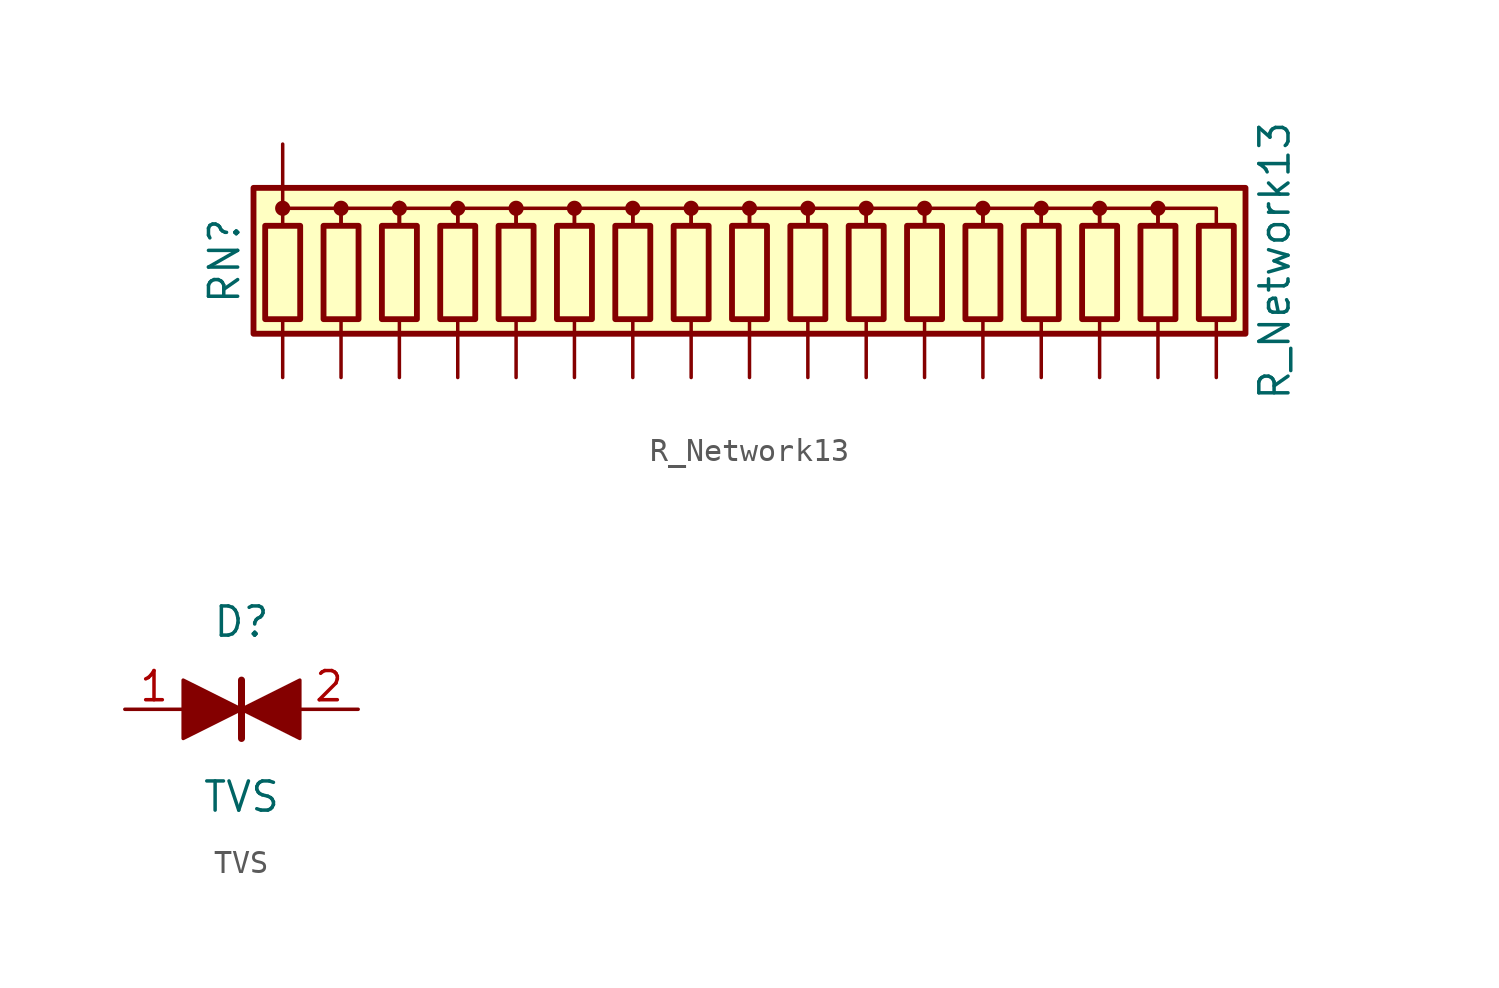
<source format=kicad_sym>
(kicad_symbol_lib
  (version 20241209)
  (generator "kicad_symbol_editor")
  (generator_version "9.0")
  (symbol "R_Network13"
    (pin_numbers
      (hide yes))
    (pin_names
      (offset 0)
      (hide yes))
    (property "Reference" "RN"
      (at -22.86 0 90)
      (effects (font (size 1.27 1.27))))
    (property "Value" "R_Network13"
      (at 22.86 0 90)
      (effects (font (size 1.27 1.27))))
    (symbol "R_Network13_0_1"
      (rectangle (start -21.59 -3.175) (end 21.59 3.175) (stroke (width 0.254) (type solid)) (fill (type background)))
      (rectangle (start -21.082 1.524) (end -19.558 -2.54) (stroke (width 0.254) (type solid)) (fill (type none)))
      (circle (center -20.32 2.286) (radius 0.254) (stroke (width 0) (type solid)) (fill (type outline)))
      (polyline (pts (xy -20.32 1.524) (xy -20.32 2.286) (xy -17.78 2.286) (xy -17.78 1.524)) (stroke (width 0) (type solid)) (fill (type none)))
      (rectangle (start -18.542 1.524) (end -17.018 -2.54) (stroke (width 0.254) (type solid)) (fill (type none)))
      (circle (center -17.78 2.286) (radius 0.254) (stroke (width 0) (type solid)) (fill (type outline)))
      (polyline (pts (xy -17.78 1.524) (xy -17.78 2.286) (xy -15.24 2.286) (xy -15.24 1.524)) (stroke (width 0) (type solid)) (fill (type none)))
      (rectangle (start -16.002 1.524) (end -14.478 -2.54) (stroke (width 0.254) (type solid)) (fill (type none)))
      (polyline (pts (xy -15.24 2.54) (xy -15.24 1.524)) (stroke (width 0) (type solid)) (fill (type none)))
      (circle (center -15.24 2.286) (radius 0.254) (stroke (width 0) (type solid)) (fill (type outline)))
      (polyline (pts (xy -15.24 1.524) (xy -15.24 2.286) (xy -12.7 2.286) (xy -12.7 1.524)) (stroke (width 0) (type solid)) (fill (type none)))
      (rectangle (start -13.462 1.524) (end -11.938 -2.54) (stroke (width 0.254) (type solid)) (fill (type none)))
      (circle (center -12.7 2.286) (radius 0.254) (stroke (width 0) (type solid)) (fill (type outline)))
      (polyline (pts (xy -12.7 1.524) (xy -12.7 2.286) (xy -10.16 2.286) (xy -10.16 1.524)) (stroke (width 0) (type solid)) (fill (type none)))
      (rectangle (start -10.922 1.524) (end -9.398 -2.54) (stroke (width 0.254) (type solid)) (fill (type none)))
      (circle (center -10.16 2.286) (radius 0.254) (stroke (width 0) (type solid)) (fill (type outline)))
      (polyline (pts (xy -10.16 1.524) (xy -10.16 2.286) (xy -7.62 2.286) (xy -7.62 1.524)) (stroke (width 0) (type solid)) (fill (type none)))
      (rectangle (start -8.382 1.524) (end -6.858 -2.54) (stroke (width 0.254) (type solid)) (fill (type none)))
      (circle (center -7.62 2.286) (radius 0.254) (stroke (width 0) (type solid)) (fill (type outline)))
      (polyline (pts (xy -7.62 1.524) (xy -7.62 2.286) (xy -5.08 2.286) (xy -5.08 1.524)) (stroke (width 0) (type solid)) (fill (type none)))
      (rectangle (start -5.842 1.524) (end -4.318 -2.54) (stroke (width 0.254) (type solid)) (fill (type none)))
      (circle (center -5.08 2.286) (radius 0.254) (stroke (width 0) (type solid)) (fill (type outline)))
      (polyline (pts (xy -5.08 1.524) (xy -5.08 2.286) (xy -2.54 2.286) (xy -2.54 1.524)) (stroke (width 0) (type solid)) (fill (type none)))
      (rectangle (start -3.302 1.524) (end -1.778 -2.54) (stroke (width 0.254) (type solid)) (fill (type none)))
      (circle (center -2.54 2.286) (radius 0.254) (stroke (width 0) (type solid)) (fill (type outline)))
      (polyline (pts (xy -2.54 1.524) (xy -2.54 2.286) (xy 0 2.286) (xy 0 1.524)) (stroke (width 0) (type solid)) (fill (type none)))
      (rectangle (start -0.762 1.524) (end 0.762 -2.54) (stroke (width 0.254) (type solid)) (fill (type none)))
      (circle (center 0 2.286) (radius 0.254) (stroke (width 0) (type solid)) (fill (type outline)))
      (polyline (pts (xy 0 1.524) (xy 0 2.286) (xy 2.54 2.286) (xy 2.54 1.524)) (stroke (width 0) (type solid)) (fill (type none)))
      (rectangle (start 1.778 1.524) (end 3.302 -2.54) (stroke (width 0.254) (type solid)) (fill (type none)))
      (circle (center 2.54 2.286) (radius 0.254) (stroke (width 0) (type solid)) (fill (type outline)))
      (polyline (pts (xy 2.54 1.524) (xy 2.54 2.286) (xy 5.08 2.286) (xy 5.08 1.524)) (stroke (width 0) (type solid)) (fill (type none)))
      (rectangle (start 4.318 1.524) (end 5.842 -2.54) (stroke (width 0.254) (type solid)) (fill (type none)))
      (circle (center 5.08 2.286) (radius 0.254) (stroke (width 0) (type solid)) (fill (type outline)))
      (polyline (pts (xy 5.08 1.524) (xy 5.08 2.286) (xy 7.62 2.286) (xy 7.62 1.524)) (stroke (width 0) (type solid)) (fill (type none)))
      (rectangle (start 6.858 1.524) (end 8.382 -2.54) (stroke (width 0.254) (type solid)) (fill (type none)))
      (circle (center 7.62 2.286) (radius 0.254) (stroke (width 0) (type solid)) (fill (type outline)))
      (polyline (pts (xy 7.62 1.524) (xy 7.62 2.286) (xy 10.16 2.286) (xy 10.16 1.524)) (stroke (width 0) (type solid)) (fill (type none)))
      (rectangle (start 9.398 1.524) (end 10.922 -2.54) (stroke (width 0.254) (type solid)) (fill (type none)))
      (circle (center 10.16 2.286) (radius 0.254) (stroke (width 0) (type solid)) (fill (type outline)))
      (polyline (pts (xy 10.16 1.524) (xy 10.16 2.286) (xy 12.7 2.286) (xy 12.7 1.524)) (stroke (width 0) (type solid)) (fill (type none)))
      (rectangle (start 11.938 1.524) (end 13.462 -2.54) (stroke (width 0.254) (type solid)) (fill (type none)))
      (circle (center 12.7 2.286) (radius 0.254) (stroke (width 0) (type solid)) (fill (type outline)))
      (polyline (pts (xy 12.7 1.524) (xy 12.7 2.286) (xy 15.24 2.286) (xy 15.24 1.524)) (stroke (width 0) (type solid)) (fill (type none)))
      (rectangle (start 14.478 1.524) (end 16.002 -2.54) (stroke (width 0.254) (type solid)) (fill (type none)))
      (circle (center 15.24 2.286) (radius 0.254) (stroke (width 0) (type solid)) (fill (type outline)))
      (polyline (pts (xy 15.24 1.524) (xy 15.24 2.286) (xy 17.78 2.286) (xy 17.78 1.524)) (stroke (width 0) (type solid)) (fill (type none)))
      (rectangle (start 17.018 1.524) (end 18.542 -2.54) (stroke (width 0.254) (type solid)) (fill (type none)))
      (circle (center 17.78 2.286) (radius 0.254) (stroke (width 0) (type solid)) (fill (type outline)))
      (polyline (pts (xy 17.78 1.524) (xy 17.78 2.286) (xy 20.32 2.286) (xy 20.32 1.524)) (stroke (width 0) (type solid)) (fill (type none)))
      (rectangle (start 19.558 1.524) (end 21.082 -2.54) (stroke (width 0.254) (type solid)) (fill (type none))))
    (symbol "R_Network13_1_1"
      (pin passive line (at -20.32 5.08 270) (length 2.54) (name "common" (effects (font (size 1.27 1.27)))) (number "18" (effects (font (size 1.27 1.27)))))
      (pin passive line (at -20.32 -5.08 90) (length 2.54) (name "R1" (effects (font (size 1.27 1.27)))) (number "1" (effects (font (size 1.27 1.27)))))
      (pin passive line (at -17.78 -5.08 90) (length 2.54) (name "R2" (effects (font (size 1.27 1.27)))) (number "2" (effects (font (size 1.27 1.27)))))
      (pin passive line (at -15.24 -5.08 90) (length 2.54) (name "R3" (effects (font (size 1.27 1.27)))) (number "3" (effects (font (size 1.27 1.27)))))
      (pin passive line (at -12.7 -5.08 90) (length 2.54) (name "R4" (effects (font (size 1.27 1.27)))) (number "4" (effects (font (size 1.27 1.27)))))
      (pin passive line (at -10.16 -5.08 90) (length 2.54) (name "R5" (effects (font (size 1.27 1.27)))) (number "5" (effects (font (size 1.27 1.27)))))
      (pin passive line (at -7.62 -5.08 90) (length 2.54) (name "R6" (effects (font (size 1.27 1.27)))) (number "6" (effects (font (size 1.27 1.27)))))
      (pin passive line (at -5.08 -5.08 90) (length 2.54) (name "R7" (effects (font (size 1.27 1.27)))) (number "7" (effects (font (size 1.27 1.27)))))
      (pin passive line (at -2.54 -5.08 90) (length 2.54) (name "R8" (effects (font (size 1.27 1.27)))) (number "8" (effects (font (size 1.27 1.27)))))
      (pin passive line (at 0 -5.08 90) (length 2.54) (name "R9" (effects (font (size 1.27 1.27)))) (number "9" (effects (font (size 1.27 1.27)))))
      (pin passive line (at 2.54 -5.08 90) (length 2.54) (name "R10" (effects (font (size 1.27 1.27)))) (number "10" (effects (font (size 1.27 1.27)))))
      (pin passive line (at 5.08 -5.08 90) (length 2.54) (name "R11" (effects (font (size 1.27 1.27)))) (number "11" (effects (font (size 1.27 1.27)))))
      (pin passive line (at 7.62 -5.08 90) (length 2.54) (name "R12" (effects (font (size 1.27 1.27)))) (number "12" (effects (font (size 1.27 1.27)))))
      (pin passive line (at 10.16 -5.08 90) (length 2.54) (name "R13" (effects (font (size 1.27 1.27)))) (number "13" (effects (font (size 1.27 1.27)))))
      (pin passive line (at 12.7 -5.08 90) (length 2.54) (name "R14" (effects (font (size 1.27 1.27)))) (number "14" (effects (font (size 1.27 1.27)))))
      (pin passive line (at 15.24 -5.08 90) (length 2.54) (name "R15" (effects (font (size 1.27 1.27)))) (number "15" (effects (font (size 1.27 1.27)))))
      (pin passive line (at 17.78 -5.08 90) (length 2.54) (name "R16" (effects (font (size 1.27 1.27)))) (number "16" (effects (font (size 1.27 1.27)))))
      (pin passive line (at 20.32 -5.08 90) (length 2.54) (name "R17" (effects (font (size 1.27 1.27)))) (number "17" (effects (font (size 1.27 1.27)))))))
  (symbol "TVS"
    (pin_names
      (offset 1.016))
    (property "Reference" "D"
      (at 0 3.81 0)
      (effects (font (size 1.27 1.27))))
    (property "Value" "TVS"
      (at 0 -3.81 0)
      (effects (font (size 1.27 1.27))))
    (property "Footprint" ""
      (at 0 0 0)
      (effects (font (size 1.27 1.27))))
    (property "Datasheet" ""
      (at 0 0 0)
      (effects (font (size 1.27 1.27))))
    (symbol "TVS_0_1"
      (polyline (pts (xy -2.54 1.27) (xy -2.54 -1.27) (xy 0 0) (xy -2.54 1.27)) (stroke (width 0) (type solid)) (fill (type outline)))
      (polyline (pts (xy 0 1.27) (xy 0 -1.27)) (stroke (width 0.305) (type solid)) (fill (type none)))
      (polyline (pts (xy 0 0) (xy 2.54 1.27) (xy 2.54 -1.27) (xy 0 0)) (stroke (width 0) (type solid)) (fill (type outline))))
    (symbol "TVS_1_1"
      (pin passive line (at -5.08 0 0) (length 2.54) (name "~" (effects (font (size 1.27 1.27)))) (number "1" (effects (font (size 1.27 1.27)))))
      (pin passive line (at 5.08 0 180) (length 2.54) (name "~" (effects (font (size 1.27 1.27)))) (number "2" (effects (font (size 1.27 1.27))))))))
</source>
